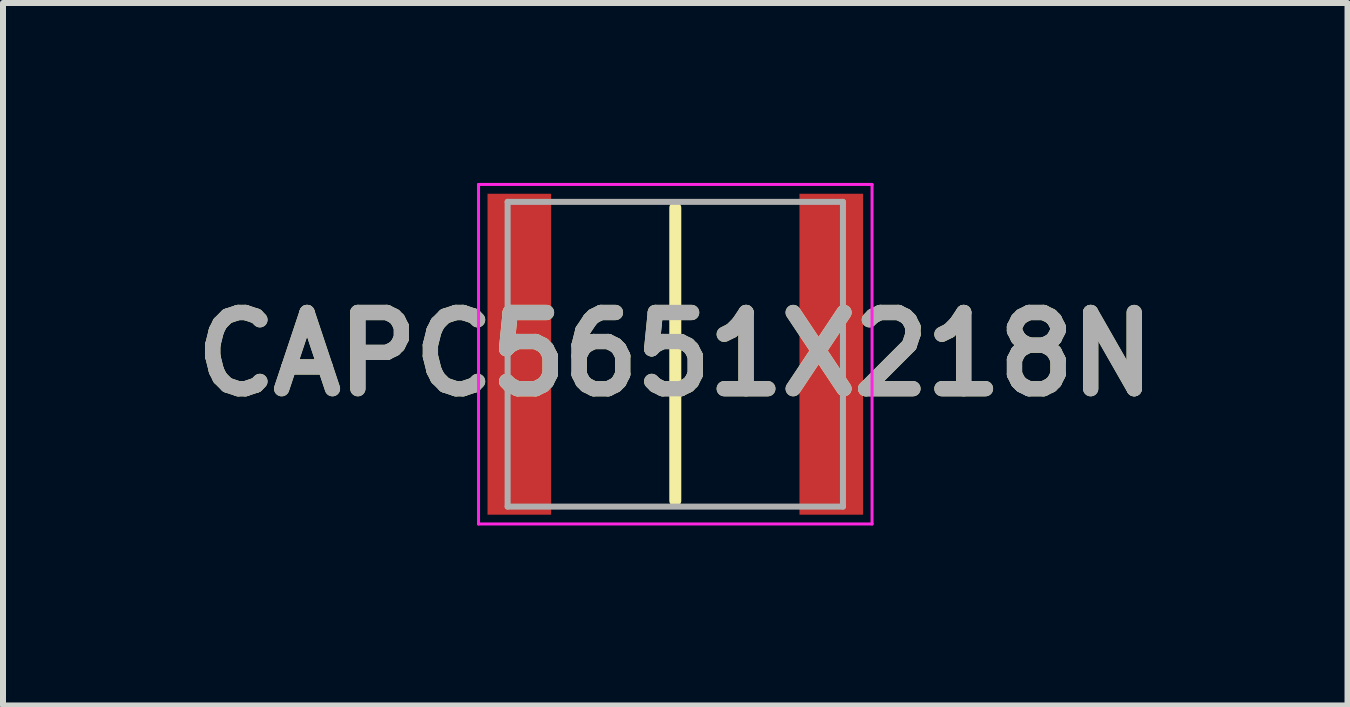
<source format=kicad_pcb>
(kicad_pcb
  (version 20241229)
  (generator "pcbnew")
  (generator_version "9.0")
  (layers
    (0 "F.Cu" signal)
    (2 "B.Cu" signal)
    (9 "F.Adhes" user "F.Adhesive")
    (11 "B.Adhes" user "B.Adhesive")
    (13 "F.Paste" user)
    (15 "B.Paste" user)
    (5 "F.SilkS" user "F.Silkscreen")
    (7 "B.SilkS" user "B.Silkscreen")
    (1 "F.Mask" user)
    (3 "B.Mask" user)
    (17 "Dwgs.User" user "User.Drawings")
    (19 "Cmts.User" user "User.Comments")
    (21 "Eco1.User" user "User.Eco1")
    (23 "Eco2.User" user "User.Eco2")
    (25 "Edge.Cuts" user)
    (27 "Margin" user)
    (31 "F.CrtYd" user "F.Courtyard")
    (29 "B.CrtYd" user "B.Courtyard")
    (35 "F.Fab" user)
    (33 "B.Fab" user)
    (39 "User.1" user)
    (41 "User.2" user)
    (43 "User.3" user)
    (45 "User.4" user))
  (footprint "CAPC5651X218N"
    (layer "F.Cu")
    (at 8.207 2.855)
    (property "Reference" "CAPC5651X218N" (at 0 0 0) (layer "F.SilkS") (effects (font (size 1.27 1.27) (thickness 0.254))))
    (attr smd)
    (fp_line (start 0 -2.44) (end 0 2.44) (stroke (width 0.2) (type solid)) (layer "F.SilkS"))
    (fp_line (start -3.28 -2.83) (end 3.28 -2.83) (stroke (width 0.05) (type solid)) (layer "F.CrtYd"))
    (fp_line (start -3.28 2.83) (end -3.28 -2.83) (stroke (width 0.05) (type solid)) (layer "F.CrtYd"))
    (fp_line (start 3.28 -2.83) (end 3.28 2.83) (stroke (width 0.05) (type solid)) (layer "F.CrtYd"))
    (fp_line (start 3.28 2.83) (end -3.28 2.83) (stroke (width 0.05) (type solid)) (layer "F.CrtYd"))
    (fp_line (start -2.795 -2.54) (end 2.795 -2.54) (stroke (width 0.1) (type solid)) (layer "F.Fab"))
    (fp_line (start -2.795 2.54) (end -2.795 -2.54) (stroke (width 0.1) (type solid)) (layer "F.Fab"))
    (fp_line (start 2.795 -2.54) (end 2.795 2.54) (stroke (width 0.1) (type solid)) (layer "F.Fab"))
    (fp_line (start 2.795 2.54) (end -2.795 2.54) (stroke (width 0.1) (type solid)) (layer "F.Fab"))
    (fp_text user "${REFERENCE}" (at 0 0 0) (layer "F.Fab") (effects (font (size 1.27 1.27) (thickness 0.254))))
    (pad "1" smd rect (at -2.6 0) (size 1.06 5.35) (layers "F.Cu" "F.Mask" "F.Paste"))
    (pad "2" smd rect (at 2.6 0) (size 1.06 5.35) (layers "F.Cu" "F.Mask" "F.Paste")))
  (gr_rect
    (start -3 -3)
    (end 19.413 8.71)
    (stroke (width 0.1) (type default))
    (fill no)
    (layer "Edge.Cuts")))
</source>
